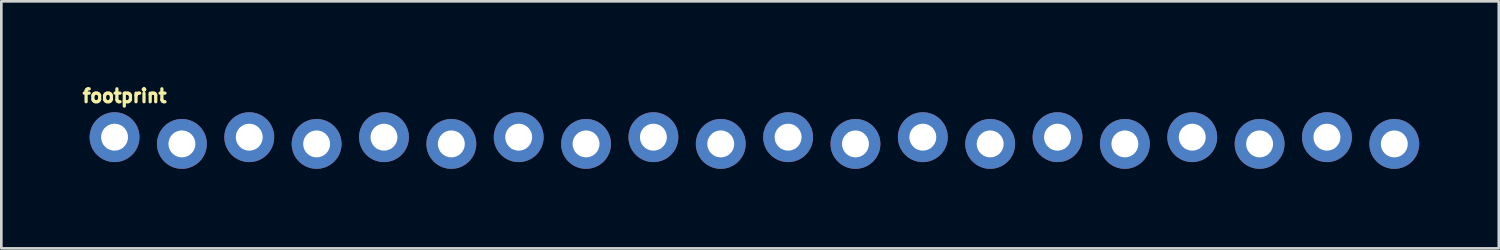
<source format=kicad_pcb>
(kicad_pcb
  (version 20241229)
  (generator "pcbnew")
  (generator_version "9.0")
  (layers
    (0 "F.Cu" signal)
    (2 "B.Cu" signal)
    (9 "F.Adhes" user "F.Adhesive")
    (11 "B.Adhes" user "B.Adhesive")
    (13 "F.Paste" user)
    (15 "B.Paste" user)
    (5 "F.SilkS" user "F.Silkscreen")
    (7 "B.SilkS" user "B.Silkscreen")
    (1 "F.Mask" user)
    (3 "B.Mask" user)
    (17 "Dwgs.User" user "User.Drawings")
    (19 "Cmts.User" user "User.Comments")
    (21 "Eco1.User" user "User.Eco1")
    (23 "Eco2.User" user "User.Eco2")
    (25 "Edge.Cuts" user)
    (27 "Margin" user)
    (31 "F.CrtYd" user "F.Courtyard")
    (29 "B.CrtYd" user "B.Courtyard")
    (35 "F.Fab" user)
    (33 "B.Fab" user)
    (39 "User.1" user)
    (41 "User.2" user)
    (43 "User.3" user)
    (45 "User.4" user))
  (footprint "footprint"
    (layer "F.Cu")
    (at 1.27 2.25)
    (property "Reference" "footprint" (at -1.27 -1.397 0) (layer "F.SilkS") (effects (font (size 0.488 0.488) (thickness 0.122)) (justify left bottom)))
    (fp_poly (pts (xy -0.254 0.254) (xy 0.254 0.254) (xy 0.254 -0.254) (xy -0.254 -0.254)) (stroke (width 0.1) (type solid)) (fill no) (layer "F.Fab"))
    (fp_poly (pts (xy 2.286 0.254) (xy 2.794 0.254) (xy 2.794 -0.254) (xy 2.286 -0.254)) (stroke (width 0.1) (type solid)) (fill no) (layer "F.Fab"))
    (fp_poly (pts (xy 4.826 0.254) (xy 5.334 0.254) (xy 5.334 -0.254) (xy 4.826 -0.254)) (stroke (width 0.1) (type solid)) (fill no) (layer "F.Fab"))
    (fp_poly (pts (xy 7.366 0.254) (xy 7.874 0.254) (xy 7.874 -0.254) (xy 7.366 -0.254)) (stroke (width 0.1) (type solid)) (fill no) (layer "F.Fab"))
    (fp_poly (pts (xy 9.906 0.254) (xy 10.414 0.254) (xy 10.414 -0.254) (xy 9.906 -0.254)) (stroke (width 0.1) (type solid)) (fill no) (layer "F.Fab"))
    (fp_poly (pts (xy 12.446 0.254) (xy 12.954 0.254) (xy 12.954 -0.254) (xy 12.446 -0.254)) (stroke (width 0.1) (type solid)) (fill no) (layer "F.Fab"))
    (fp_poly (pts (xy 14.986 0.254) (xy 15.494 0.254) (xy 15.494 -0.254) (xy 14.986 -0.254)) (stroke (width 0.1) (type solid)) (fill no) (layer "F.Fab"))
    (fp_poly (pts (xy 17.526 0.254) (xy 18.034 0.254) (xy 18.034 -0.254) (xy 17.526 -0.254)) (stroke (width 0.1) (type solid)) (fill no) (layer "F.Fab"))
    (fp_poly (pts (xy 20.066 0.254) (xy 20.574 0.254) (xy 20.574 -0.254) (xy 20.066 -0.254)) (stroke (width 0.1) (type solid)) (fill no) (layer "F.Fab"))
    (fp_poly (pts (xy 22.606 0.254) (xy 23.114 0.254) (xy 23.114 -0.254) (xy 22.606 -0.254)) (stroke (width 0.1) (type solid)) (fill no) (layer "F.Fab"))
    (fp_poly (pts (xy 25.146 0.254) (xy 25.654 0.254) (xy 25.654 -0.254) (xy 25.146 -0.254)) (stroke (width 0.1) (type solid)) (fill no) (layer "F.Fab"))
    (fp_poly (pts (xy 27.686 0.254) (xy 28.194 0.254) (xy 28.194 -0.254) (xy 27.686 -0.254)) (stroke (width 0.1) (type solid)) (fill no) (layer "F.Fab"))
    (fp_poly (pts (xy 30.226 0.254) (xy 30.734 0.254) (xy 30.734 -0.254) (xy 30.226 -0.254)) (stroke (width 0.1) (type solid)) (fill no) (layer "F.Fab"))
    (fp_poly (pts (xy 32.766 0.254) (xy 33.274 0.254) (xy 33.274 -0.254) (xy 32.766 -0.254)) (stroke (width 0.1) (type solid)) (fill no) (layer "F.Fab"))
    (fp_poly (pts (xy 35.306 0.254) (xy 35.814 0.254) (xy 35.814 -0.254) (xy 35.306 -0.254)) (stroke (width 0.1) (type solid)) (fill no) (layer "F.Fab"))
    (fp_poly (pts (xy 37.846 0.254) (xy 38.354 0.254) (xy 38.354 -0.254) (xy 37.846 -0.254)) (stroke (width 0.1) (type solid)) (fill no) (layer "F.Fab"))
    (fp_poly (pts (xy 40.386 0.254) (xy 40.894 0.254) (xy 40.894 -0.254) (xy 40.386 -0.254)) (stroke (width 0.1) (type solid)) (fill no) (layer "F.Fab"))
    (fp_poly (pts (xy 42.926 0.254) (xy 43.434 0.254) (xy 43.434 -0.254) (xy 42.926 -0.254)) (stroke (width 0.1) (type solid)) (fill no) (layer "F.Fab"))
    (fp_poly (pts (xy 45.466 0.254) (xy 45.974 0.254) (xy 45.974 -0.254) (xy 45.466 -0.254)) (stroke (width 0.1) (type solid)) (fill no) (layer "F.Fab"))
    (fp_poly (pts (xy 48.006 0.254) (xy 48.514 0.254) (xy 48.514 -0.254) (xy 48.006 -0.254)) (stroke (width 0.1) (type solid)) (fill no) (layer "F.Fab"))
    (pad "1" thru_hole circle (at 0 -0.127 90) (size 1.88 1.88) (drill 1.016) (layers "*.Cu" "*.Mask"))
    (pad "2" thru_hole circle (at 2.54 0.127 90) (size 1.88 1.88) (drill 1.016) (layers "*.Cu" "*.Mask"))
    (pad "3" thru_hole circle (at 5.08 -0.127 90) (size 1.88 1.88) (drill 1.016) (layers "*.Cu" "*.Mask"))
    (pad "4" thru_hole circle (at 7.62 0.127 90) (size 1.88 1.88) (drill 1.016) (layers "*.Cu" "*.Mask"))
    (pad "5" thru_hole circle (at 10.16 -0.127 90) (size 1.88 1.88) (drill 1.016) (layers "*.Cu" "*.Mask"))
    (pad "6" thru_hole circle (at 12.7 0.127 90) (size 1.88 1.88) (drill 1.016) (layers "*.Cu" "*.Mask"))
    (pad "7" thru_hole circle (at 15.24 -0.127 90) (size 1.88 1.88) (drill 1.016) (layers "*.Cu" "*.Mask"))
    (pad "8" thru_hole circle (at 17.78 0.127 90) (size 1.88 1.88) (drill 1.016) (layers "*.Cu" "*.Mask"))
    (pad "9" thru_hole circle (at 20.32 -0.127 90) (size 1.88 1.88) (drill 1.016) (layers "*.Cu" "*.Mask"))
    (pad "10" thru_hole circle (at 22.86 0.127 90) (size 1.88 1.88) (drill 1.016) (layers "*.Cu" "*.Mask"))
    (pad "11" thru_hole circle (at 25.4 -0.127 90) (size 1.88 1.88) (drill 1.016) (layers "*.Cu" "*.Mask"))
    (pad "12" thru_hole circle (at 27.94 0.127 90) (size 1.88 1.88) (drill 1.016) (layers "*.Cu" "*.Mask"))
    (pad "13" thru_hole circle (at 30.48 -0.127 90) (size 1.88 1.88) (drill 1.016) (layers "*.Cu" "*.Mask"))
    (pad "14" thru_hole circle (at 33.02 0.127 90) (size 1.88 1.88) (drill 1.016) (layers "*.Cu" "*.Mask"))
    (pad "15" thru_hole circle (at 35.56 -0.127 90) (size 1.88 1.88) (drill 1.016) (layers "*.Cu" "*.Mask"))
    (pad "16" thru_hole circle (at 38.1 0.127 90) (size 1.88 1.88) (drill 1.016) (layers "*.Cu" "*.Mask"))
    (pad "17" thru_hole circle (at 40.64 -0.127 90) (size 1.88 1.88) (drill 1.016) (layers "*.Cu" "*.Mask"))
    (pad "18" thru_hole circle (at 43.18 0.127 90) (size 1.88 1.88) (drill 1.016) (layers "*.Cu" "*.Mask"))
    (pad "19" thru_hole circle (at 45.72 -0.127 90) (size 1.88 1.88) (drill 1.016) (layers "*.Cu" "*.Mask"))
    (pad "20" thru_hole circle (at 48.26 0.127 90) (size 1.88 1.88) (drill 1.016) (layers "*.Cu" "*.Mask")))
  (gr_rect
    (start -3 -3)
    (end 53.47 6.317)
    (stroke (width 0.1) (type default))
    (fill no)
    (layer "Edge.Cuts")))
</source>
